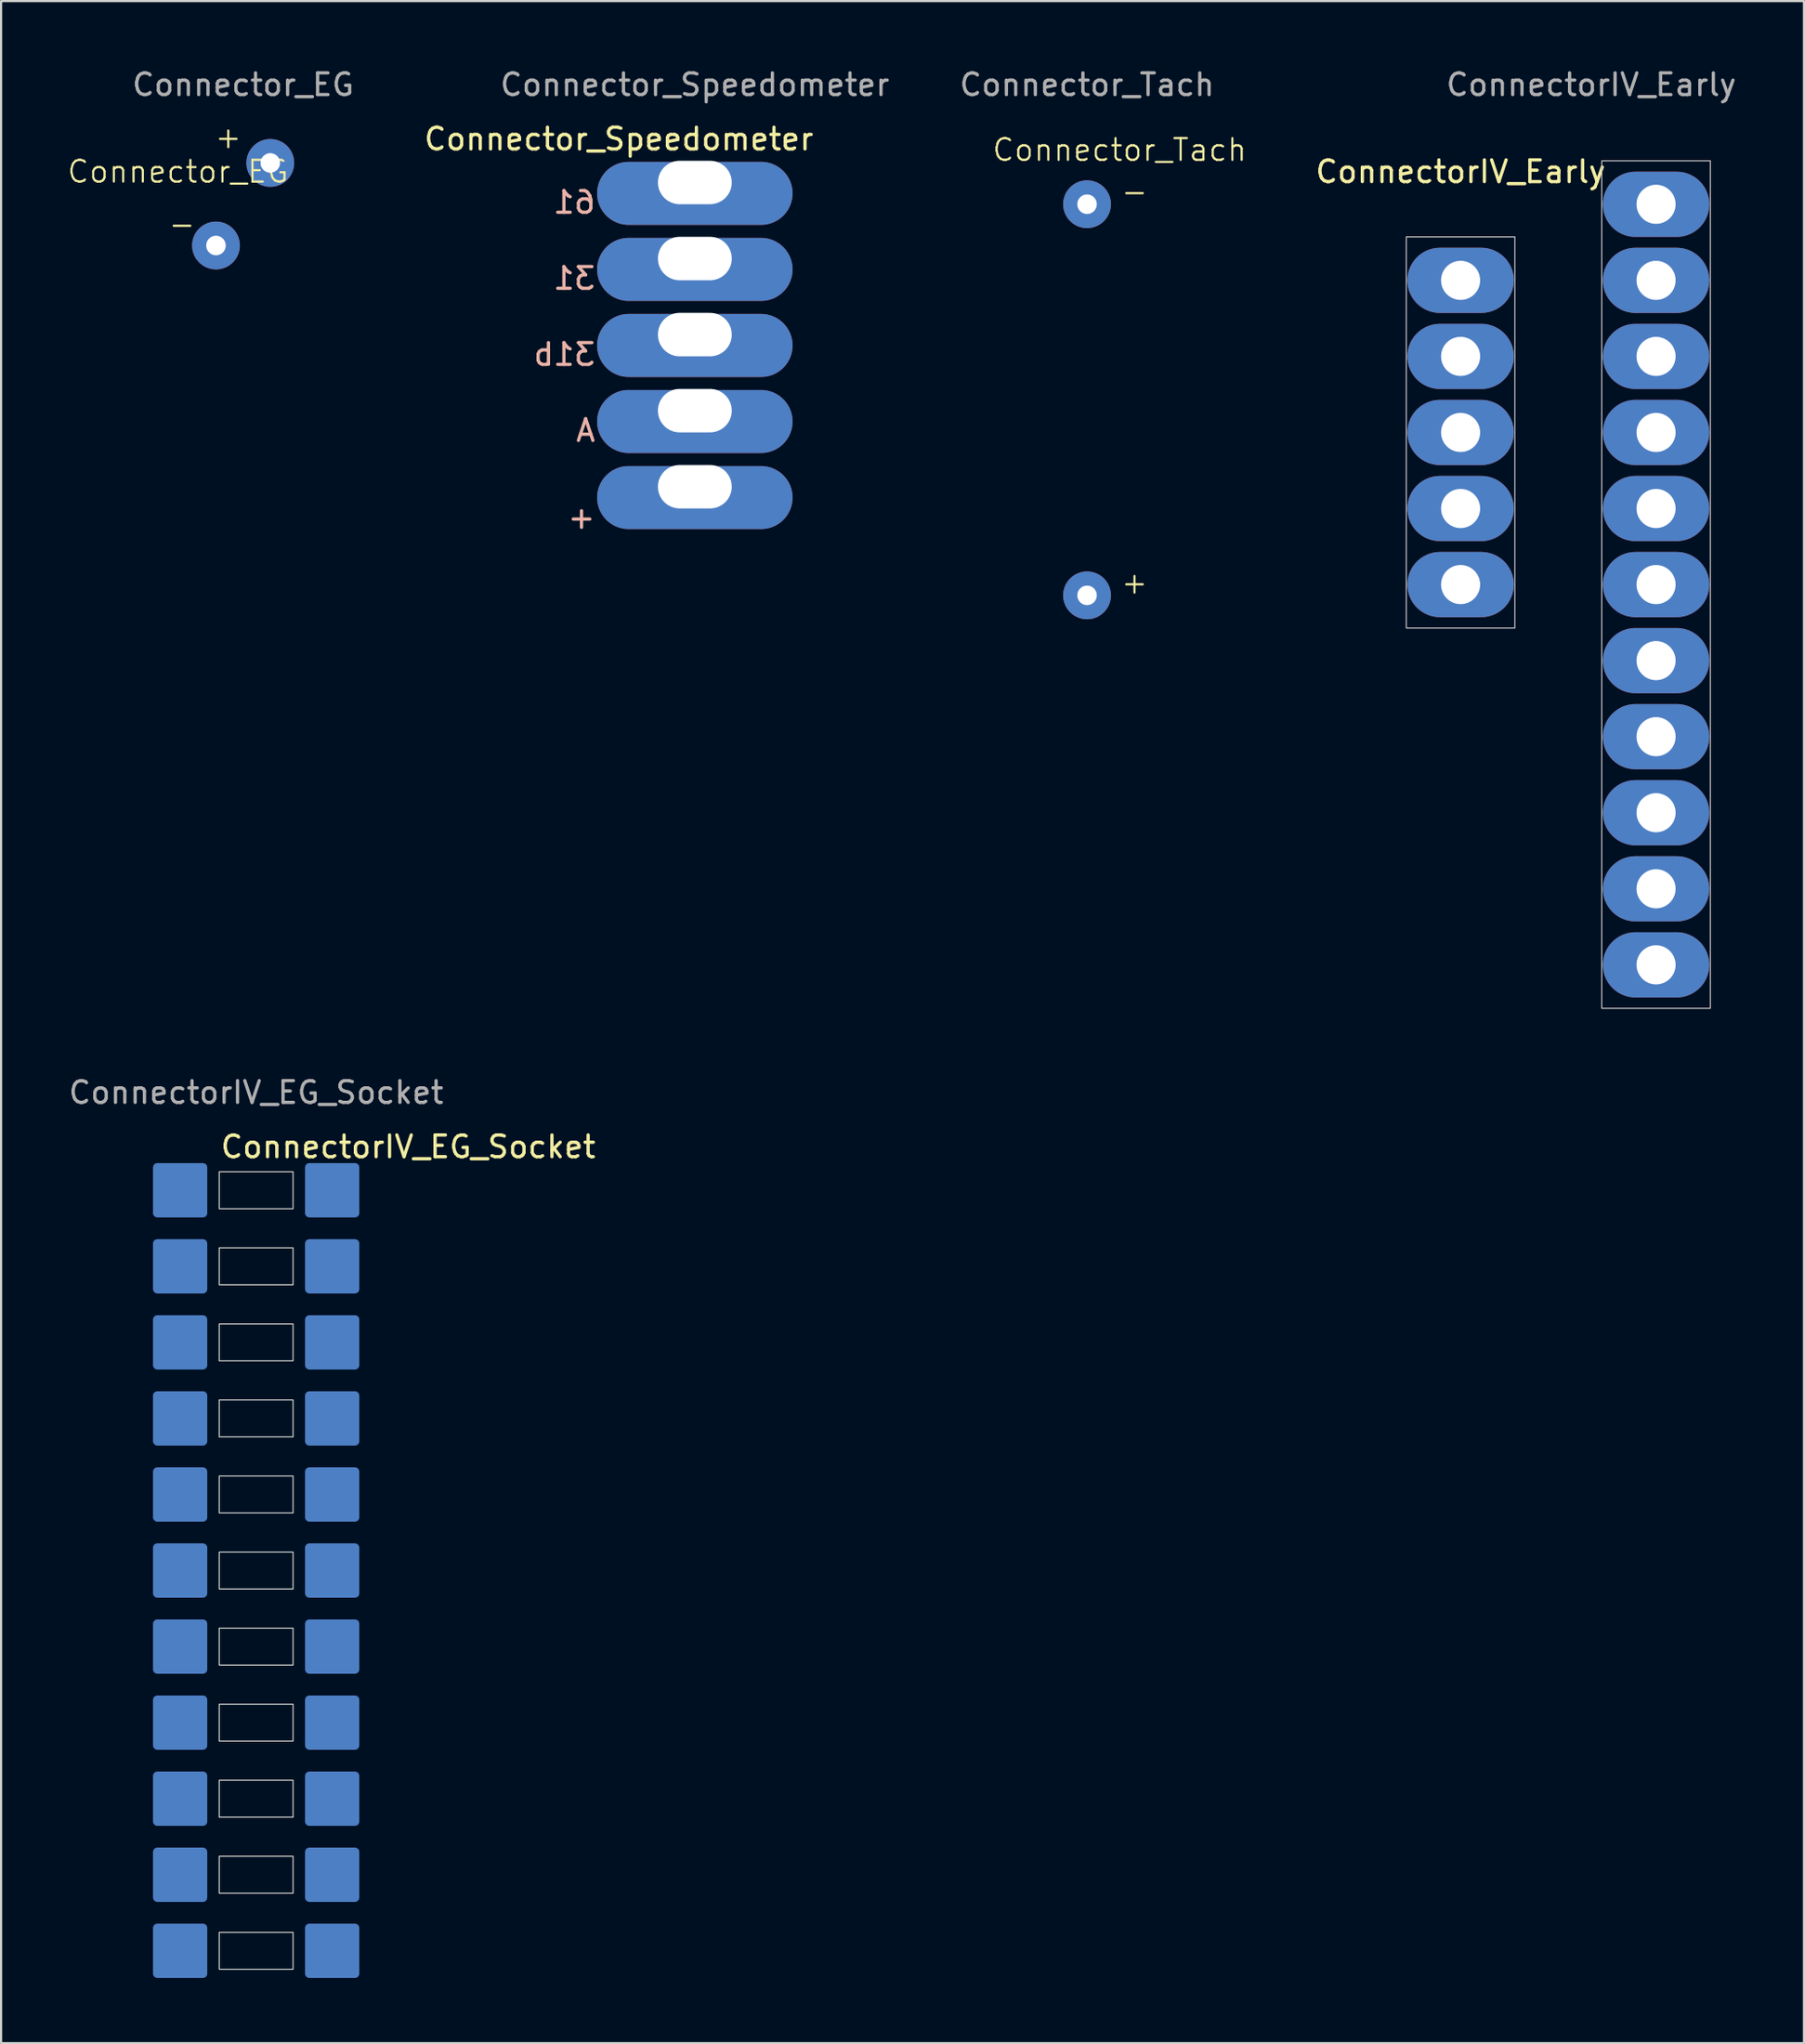
<source format=kicad_pcb>
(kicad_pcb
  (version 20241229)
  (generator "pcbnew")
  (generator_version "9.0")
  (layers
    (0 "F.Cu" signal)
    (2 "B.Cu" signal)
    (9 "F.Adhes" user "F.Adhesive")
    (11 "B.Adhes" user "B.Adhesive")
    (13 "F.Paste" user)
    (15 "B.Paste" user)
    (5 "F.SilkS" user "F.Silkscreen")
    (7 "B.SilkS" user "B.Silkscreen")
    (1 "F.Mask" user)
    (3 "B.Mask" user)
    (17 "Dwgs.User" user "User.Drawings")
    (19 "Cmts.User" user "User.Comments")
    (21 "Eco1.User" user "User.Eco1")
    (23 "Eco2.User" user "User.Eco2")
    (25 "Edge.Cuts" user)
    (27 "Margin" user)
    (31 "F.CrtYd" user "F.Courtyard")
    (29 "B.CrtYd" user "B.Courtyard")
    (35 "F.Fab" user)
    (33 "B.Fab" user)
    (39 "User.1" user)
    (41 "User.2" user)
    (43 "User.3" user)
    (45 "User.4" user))
  (footprint "ConnectorIV_EG_Socket"
    (layer "F.Cu")
    (at 8.744 69.226)
    (property "Reference" "ConnectorIV_EG_Socket" (at 7 -19.5 0) (unlocked yes) (layer "F.SilkS") (effects (font (size 1 1) (thickness 0.15))))
    (attr through_hole)
    (fp_rect (start -1.7 -18.35) (end 1.7 -16.65) (stroke (width 0.05) (type solid)) (fill no) (layer "Edge.Cuts"))
    (fp_rect (start -1.7 -14.85) (end 1.7 -13.15) (stroke (width 0.05) (type solid)) (fill no) (layer "Edge.Cuts"))
    (fp_rect (start -1.7 -11.35) (end 1.7 -9.65) (stroke (width 0.05) (type solid)) (fill no) (layer "Edge.Cuts"))
    (fp_rect (start -1.7 -7.85) (end 1.7 -6.15) (stroke (width 0.05) (type solid)) (fill no) (layer "Edge.Cuts"))
    (fp_rect (start -1.7 -4.35) (end 1.7 -2.65) (stroke (width 0.05) (type solid)) (fill no) (layer "Edge.Cuts"))
    (fp_rect (start -1.7 -0.85) (end 1.7 0.85) (stroke (width 0.05) (type solid)) (fill no) (layer "Edge.Cuts"))
    (fp_rect (start -1.7 2.65) (end 1.7 4.35) (stroke (width 0.05) (type solid)) (fill no) (layer "Edge.Cuts"))
    (fp_rect (start -1.7 6.15) (end 1.7 7.85) (stroke (width 0.05) (type solid)) (fill no) (layer "Edge.Cuts"))
    (fp_rect (start -1.7 9.65) (end 1.7 11.35) (stroke (width 0.05) (type solid)) (fill no) (layer "Edge.Cuts"))
    (fp_rect (start -1.7 13.15) (end 1.7 14.85) (stroke (width 0.05) (type solid)) (fill no) (layer "Edge.Cuts"))
    (fp_rect (start -1.7 16.65) (end 1.7 18.35) (stroke (width 0.05) (type solid)) (fill no) (layer "Edge.Cuts"))
    (fp_text user "${REFERENCE}" (at 0 -22 0) (unlocked yes) (layer "F.Fab") (effects (font (size 1 1) (thickness 0.15))))
    (pad "1" smd roundrect (at -3.5 -17.5) (size 2.5 2.5) (layers "B.Cu" "B.Mask" "B.Paste") (roundrect_rratio 0.079))
    (pad "1" smd roundrect (at 3.5 -17.5) (size 2.5 2.5) (layers "B.Cu" "B.Mask" "B.Paste") (roundrect_rratio 0.079))
    (pad "2" smd roundrect (at -3.5 -14) (size 2.5 2.5) (layers "B.Cu" "B.Mask" "B.Paste") (roundrect_rratio 0.079))
    (pad "2" smd roundrect (at 3.5 -14) (size 2.5 2.5) (layers "B.Cu" "B.Mask" "B.Paste") (roundrect_rratio 0.079))
    (pad "3" smd roundrect (at -3.5 -10.5) (size 2.5 2.5) (layers "B.Cu" "B.Mask" "B.Paste") (roundrect_rratio 0.079))
    (pad "3" smd roundrect (at 3.5 -10.5) (size 2.5 2.5) (layers "B.Cu" "B.Mask" "B.Paste") (roundrect_rratio 0.079))
    (pad "4" smd roundrect (at -3.5 -7) (size 2.5 2.5) (layers "B.Cu" "B.Mask" "B.Paste") (roundrect_rratio 0.079))
    (pad "4" smd roundrect (at 3.5 -7) (size 2.5 2.5) (layers "B.Cu" "B.Mask" "B.Paste") (roundrect_rratio 0.079))
    (pad "5" smd roundrect (at -3.5 -3.5) (size 2.5 2.5) (layers "B.Cu" "B.Mask" "B.Paste") (roundrect_rratio 0.079))
    (pad "5" smd roundrect (at 3.5 -3.5) (size 2.5 2.5) (layers "B.Cu" "B.Mask" "B.Paste") (roundrect_rratio 0.079))
    (pad "6" smd roundrect (at -3.5 0) (size 2.5 2.5) (layers "B.Cu" "B.Mask" "B.Paste") (roundrect_rratio 0.079))
    (pad "6" smd roundrect (at 3.5 0) (size 2.5 2.5) (layers "B.Cu" "B.Mask" "B.Paste") (roundrect_rratio 0.079))
    (pad "7" smd roundrect (at -3.5 3.5) (size 2.5 2.5) (layers "B.Cu" "B.Mask" "B.Paste") (roundrect_rratio 0.079))
    (pad "7" smd roundrect (at 3.5 3.5) (size 2.5 2.5) (layers "B.Cu" "B.Mask" "B.Paste") (roundrect_rratio 0.079))
    (pad "8" smd roundrect (at -3.5 7) (size 2.5 2.5) (layers "B.Cu" "B.Mask" "B.Paste") (roundrect_rratio 0.079))
    (pad "8" smd roundrect (at 3.5 7) (size 2.5 2.5) (layers "B.Cu" "B.Mask" "B.Paste") (roundrect_rratio 0.079))
    (pad "9" smd roundrect (at -3.5 10.5) (size 2.5 2.5) (layers "B.Cu" "B.Mask" "B.Paste") (roundrect_rratio 0.079))
    (pad "9" smd roundrect (at 3.5 10.5) (size 2.5 2.5) (layers "B.Cu" "B.Mask" "B.Paste") (roundrect_rratio 0.079))
    (pad "10" smd roundrect (at -3.5 14) (size 2.5 2.5) (layers "B.Cu" "B.Mask" "B.Paste") (roundrect_rratio 0.079))
    (pad "10" smd roundrect (at 3.5 14) (size 2.5 2.5) (layers "B.Cu" "B.Mask" "B.Paste") (roundrect_rratio 0.079))
    (pad "11" smd roundrect (at -3.5 17.5) (size 2.5 2.5) (layers "B.Cu" "B.Mask" "B.Paste") (roundrect_rratio 0.079))
    (pad "11" smd roundrect (at 3.5 17.5) (size 2.5 2.5) (layers "B.Cu" "B.Mask" "B.Paste") (roundrect_rratio 0.079)))
  (footprint "Connector_Speedometer"
    (layer "F.Cu")
    (at 28.943 5.348)
    (property "Reference" "Connector_Speedometer" (at -3.5 -2 0) (unlocked yes) (layer "F.SilkS") (effects (font (size 1 1) (thickness 0.15))))
    (attr through_hole)
    (fp_text user "61" (at -4.5 1.5 0) (unlocked yes) (layer "B.SilkS") (effects (font (size 1 1) (thickness 0.15)) (justify left bottom mirror)))
    (fp_text user "31" (at -4.5 5 0) (unlocked yes) (layer "B.SilkS") (effects (font (size 1 1) (thickness 0.15)) (justify left bottom mirror)))
    (fp_text user "31b" (at -4.5 8.5 0) (unlocked yes) (layer "B.SilkS") (effects (font (size 1 1) (thickness 0.15)) (justify left bottom mirror)))
    (fp_text user "A" (at -4.5 12 0) (unlocked yes) (layer "B.SilkS") (effects (font (size 1 1) (thickness 0.15)) (justify left bottom mirror)))
    (fp_text user "+" (at -4.5 16 0) (unlocked yes) (layer "B.SilkS") (effects (font (size 1 1) (thickness 0.15)) (justify left bottom mirror)))
    (fp_text user "${REFERENCE}" (at 0 -4.5 0) (unlocked yes) (layer "F.Fab") (effects (font (size 1 1) (thickness 0.15))))
    (pad "12" thru_hole oval (at 0 0 90) (size 2.9 9) (drill oval 2 3.4 (offset -0.5 0)) (layers "*.Cu" "*.Mask"))
    (pad "13" thru_hole oval (at 0 3.5 90) (size 2.9 9) (drill oval 2 3.4 (offset -0.5 0)) (layers "*.Cu" "*.Mask"))
    (pad "14" thru_hole oval (at 0 7 90) (size 2.9 9) (drill oval 2 3.4 (offset -0.5 0)) (layers "*.Cu" "*.Mask"))
    (pad "15" thru_hole oval (at 0 10.5 90) (size 2.9 9) (drill oval 2 3.4 (offset -0.5 0)) (layers "*.Cu" "*.Mask"))
    (pad "16" thru_hole oval (at 0 14 90) (size 2.9 9) (drill oval 2 3.4 (offset -0.5 0)) (layers "*.Cu" "*.Mask")))
  (footprint "Connector_EG"
    (layer "F.Cu")
    (at 8.145 6.348)
    (property "Reference" "Connector_EG" (at -3 -1.5 0) (unlocked yes) (layer "F.SilkS") (effects (font (size 1 1) (thickness 0.1))))
    (attr through_hole)
    (fp_text user "+" (at 0 -2.5 0) (unlocked yes) (layer "F.SilkS") (effects (font (size 1 1) (thickness 0.1)) (justify right bottom)))
    (fp_text user "-" (at -3.5 1.5 0) (unlocked yes) (layer "F.SilkS") (effects (font (size 1 1) (thickness 0.1)) (justify left bottom)))
    (fp_text user "${REFERENCE}" (at 0 -5.5 0) (unlocked yes) (layer "F.Fab") (effects (font (size 1 1) (thickness 0.15))))
    (pad "1" thru_hole circle (at -1.25 1.9) (size 2.2 2.2) (drill 0.9) (layers "*.Cu" "*.Mask"))
    (pad "2" thru_hole circle (at 1.25 -1.9) (size 2.2 2.2) (drill 0.9) (layers "*.Cu" "*.Mask")))
  (footprint "Connector_Tach"
    (layer "F.Cu")
    (at 47.002 6.348)
    (property "Reference" "Connector_Tach" (at 1.5 -2.5 0) (unlocked yes) (layer "F.SilkS") (effects (font (size 1 1) (thickness 0.1))))
    (attr through_hole)
    (fp_text user "+" (at 1.5 18 0) (unlocked yes) (layer "F.SilkS") (effects (font (size 1 1) (thickness 0.1)) (justify left bottom)))
    (fp_text user "-" (at 1.5 0 0) (unlocked yes) (layer "F.SilkS") (effects (font (size 1 1) (thickness 0.1)) (justify left bottom)))
    (fp_text user "${REFERENCE}" (at 0 -5.5 0) (unlocked yes) (layer "F.Fab") (effects (font (size 1 1) (thickness 0.15))))
    (pad "1" thru_hole circle (at 0 0) (size 2.2 2.2) (drill 0.9) (layers "*.Cu" "*.Mask"))
    (pad "2" thru_hole circle (at 0 18) (size 2.2 2.2) (drill 0.9) (layers "*.Cu" "*.Mask")))
  (footprint "ConnectorIV_Early"
    (layer "F.Cu")
    (at 73.201 6.352)
    (property "Reference" "ConnectorIV_Early" (at -9 -1.5 0) (unlocked yes) (layer "F.SilkS") (effects (font (size 1 1) (thickness 0.15))))
    (attr through_hole)
    (fp_rect (start -11.5 1.5) (end -6.5 19.5) (stroke (width 0.05) (type solid)) (fill no) (layer "Dwgs.User"))
    (fp_rect (start -2.5 -2) (end 2.5 37) (stroke (width 0.05) (type solid)) (fill no) (layer "Dwgs.User"))
    (fp_text user "${REFERENCE}" (at -2.982 -5.504 0) (unlocked yes) (layer "F.Fab") (effects (font (size 1 1) (thickness 0.15))))
    (pad "1" thru_hole oval (at 0 0) (size 4.9 3) (drill 1.8) (layers "*.Cu" "*.Mask"))
    (pad "2" thru_hole oval (at 0 3.5) (size 4.9 3) (drill 1.8) (layers "*.Cu" "*.Mask"))
    (pad "3" thru_hole oval (at 0 7) (size 4.9 3) (drill 1.8) (layers "*.Cu" "*.Mask"))
    (pad "4" thru_hole oval (at 0 10.5) (size 4.9 3) (drill 1.8) (layers "*.Cu" "*.Mask"))
    (pad "5" thru_hole oval (at 0 14) (size 4.9 3) (drill 1.8) (layers "*.Cu" "*.Mask"))
    (pad "6" thru_hole oval (at 0 17.5) (size 4.9 3) (drill 1.8) (layers "*.Cu" "*.Mask"))
    (pad "7" thru_hole oval (at 0 21) (size 4.9 3) (drill 1.8) (layers "*.Cu" "*.Mask"))
    (pad "8" thru_hole oval (at 0 24.5) (size 4.9 3) (drill 1.8) (layers "*.Cu" "*.Mask"))
    (pad "9" thru_hole oval (at 0 28) (size 4.9 3) (drill 1.8) (layers "*.Cu" "*.Mask"))
    (pad "10" thru_hole oval (at 0 31.5) (size 4.9 3) (drill 1.8) (layers "*.Cu" "*.Mask"))
    (pad "11" thru_hole oval (at 0 35) (size 4.9 3) (drill 1.8) (layers "*.Cu" "*.Mask"))
    (pad "12" thru_hole oval (at -9 3.5) (size 4.9 3) (drill 1.8) (layers "*.Cu" "*.Mask"))
    (pad "13" thru_hole oval (at -9 7) (size 4.9 3) (drill 1.8) (layers "*.Cu" "*.Mask"))
    (pad "14" thru_hole oval (at -9 10.5) (size 4.9 3) (drill 1.8) (layers "*.Cu" "*.Mask"))
    (pad "15" thru_hole oval (at -9 14) (size 4.9 3) (drill 1.8) (layers "*.Cu" "*.Mask"))
    (pad "16" thru_hole oval (at -9 17.5) (size 4.9 3) (drill 1.8) (layers "*.Cu" "*.Mask")))
  (gr_rect
    (start -3 -3)
    (end 80.011 90.976)
    (stroke (width 0.1) (type default))
    (fill no)
    (layer "Edge.Cuts")))
</source>
